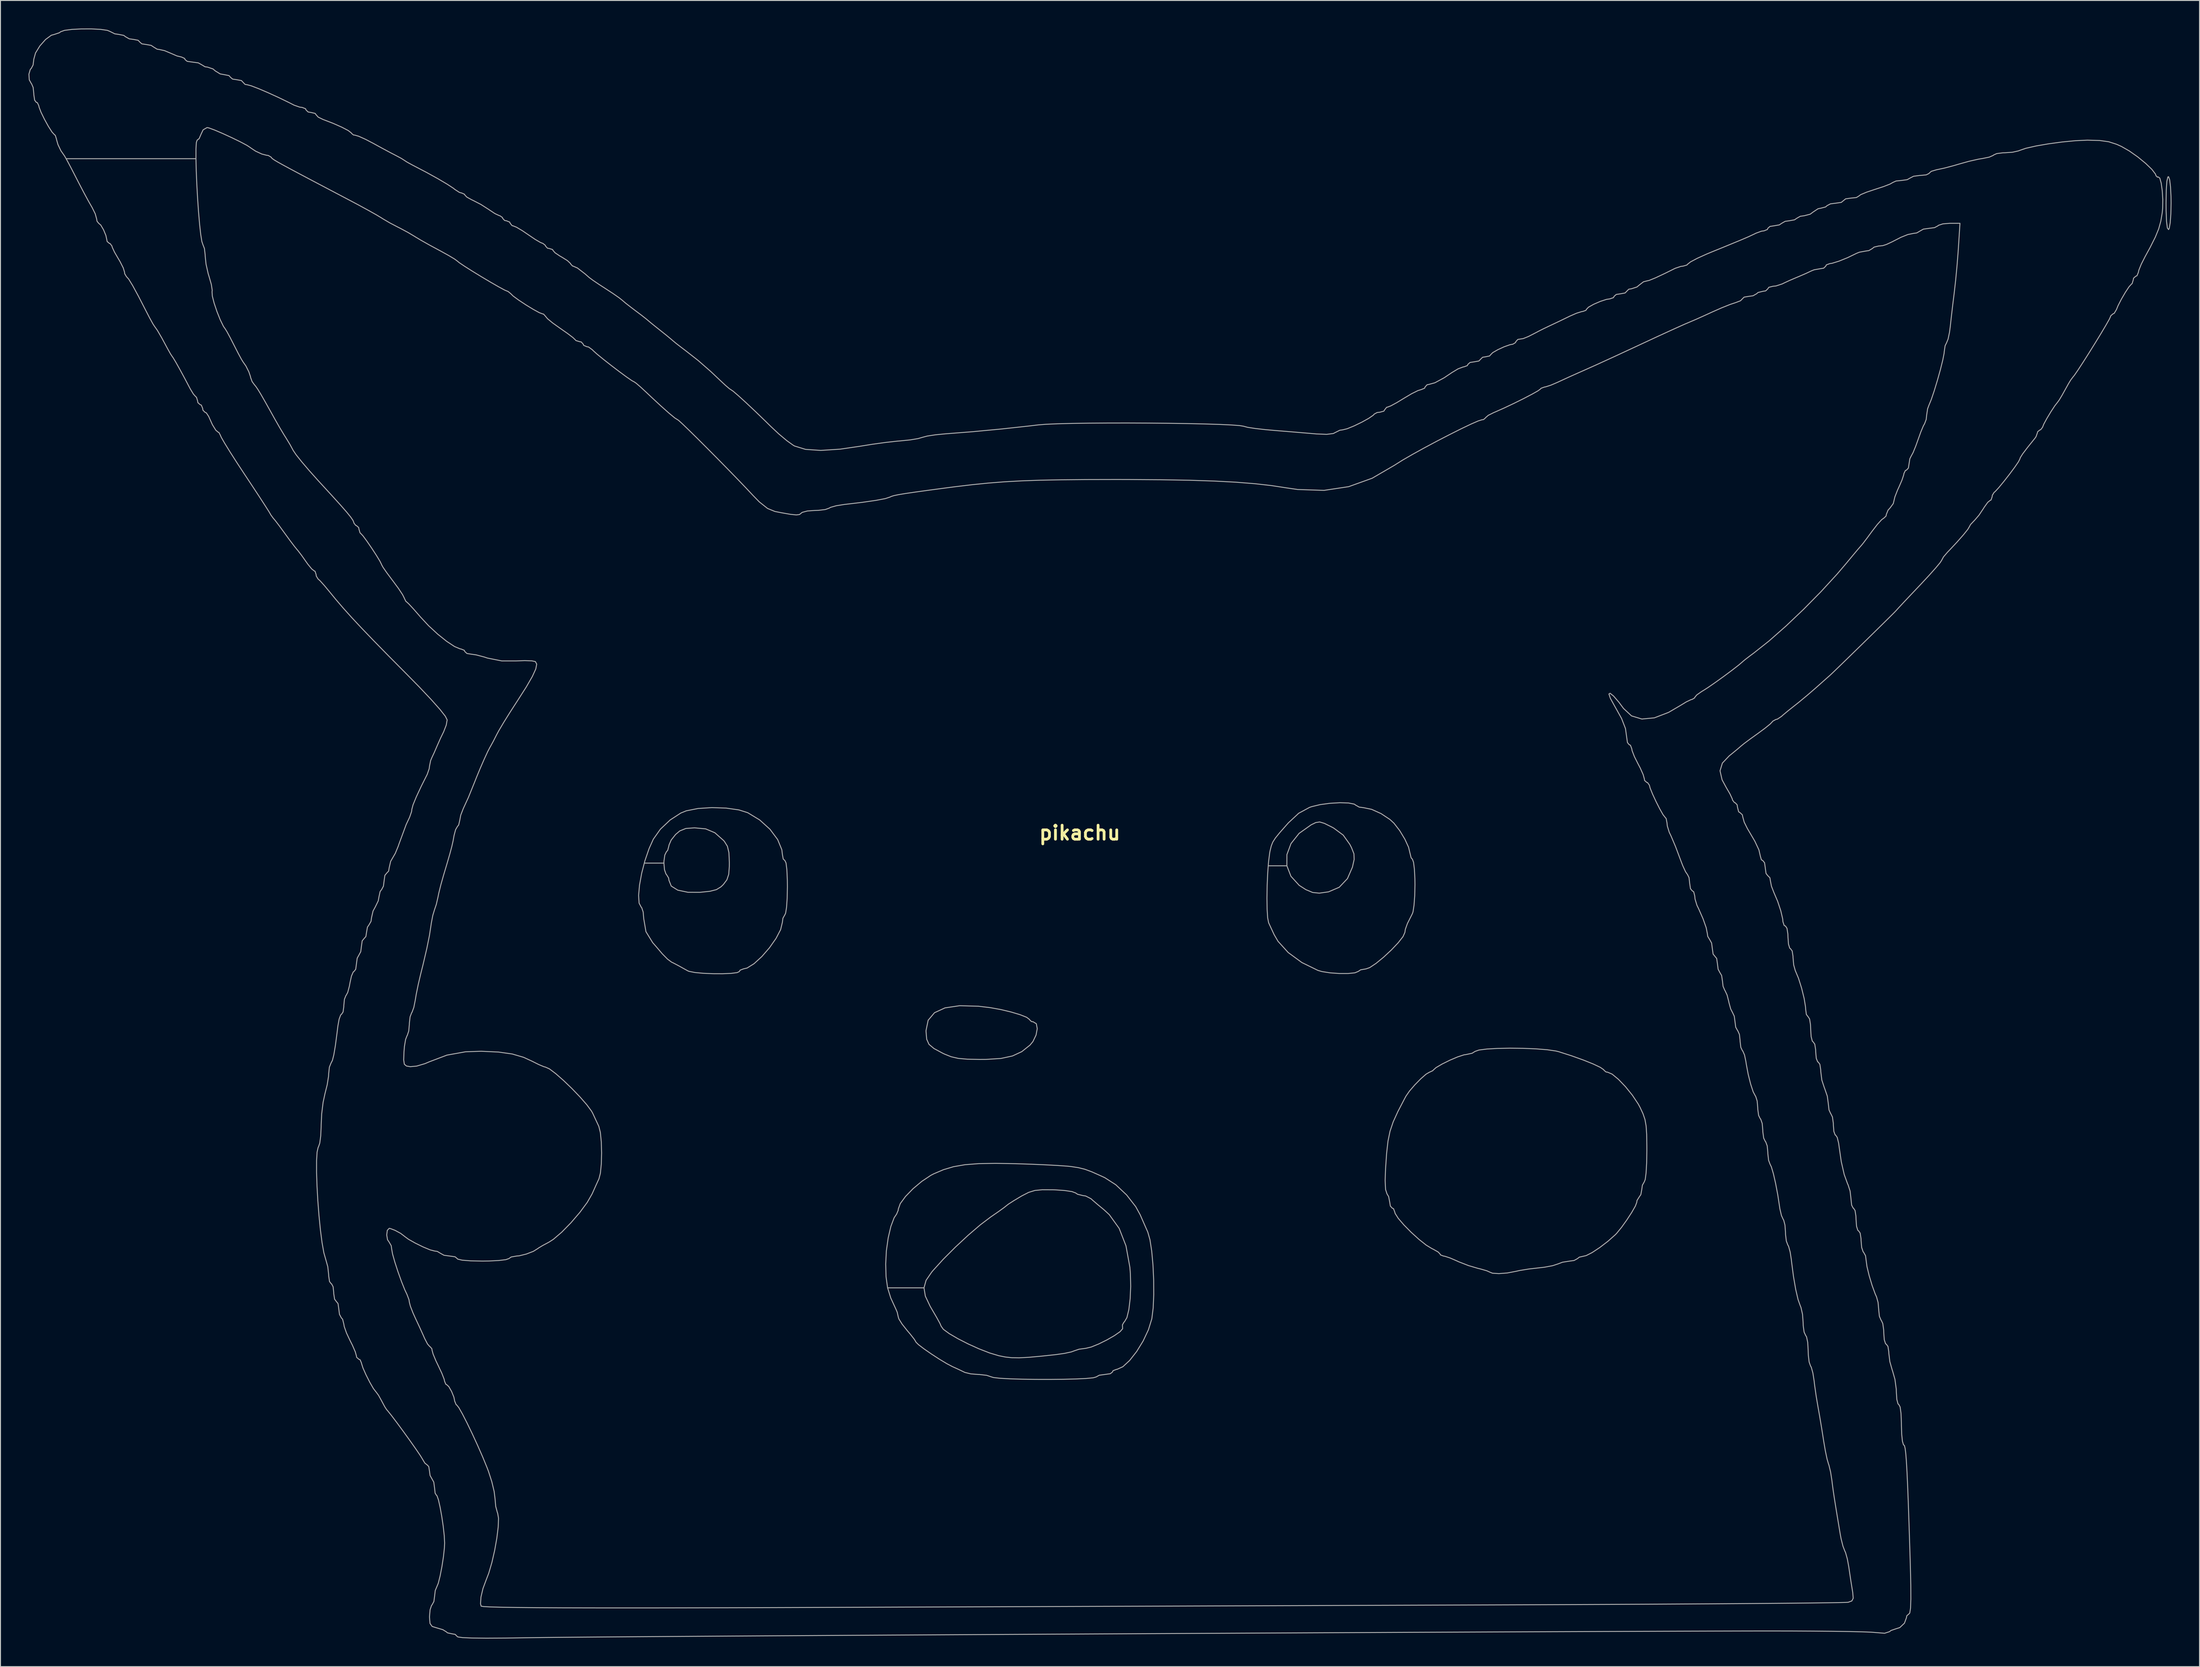
<source format=kicad_pcb>
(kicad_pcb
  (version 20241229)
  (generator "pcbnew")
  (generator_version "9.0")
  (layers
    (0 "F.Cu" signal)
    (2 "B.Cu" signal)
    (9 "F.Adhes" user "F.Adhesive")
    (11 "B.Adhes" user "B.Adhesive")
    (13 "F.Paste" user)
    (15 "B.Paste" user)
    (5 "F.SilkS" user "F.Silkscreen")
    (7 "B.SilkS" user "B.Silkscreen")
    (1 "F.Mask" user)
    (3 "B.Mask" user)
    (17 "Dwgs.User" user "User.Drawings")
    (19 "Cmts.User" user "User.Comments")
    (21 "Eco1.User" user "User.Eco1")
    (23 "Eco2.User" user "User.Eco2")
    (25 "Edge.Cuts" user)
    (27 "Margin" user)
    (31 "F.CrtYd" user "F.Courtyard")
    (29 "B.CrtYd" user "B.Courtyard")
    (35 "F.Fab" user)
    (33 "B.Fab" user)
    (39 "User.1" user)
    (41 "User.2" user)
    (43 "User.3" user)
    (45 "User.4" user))
  (footprint "pikachu"
    (layer "F.Cu")
    (at 112.713 86.295)
    (property "Reference" "pikachu" (at 0 0 0) (layer "F.SilkS") (effects (font (size 1.5 1.5) (thickness 0.3))))
    (attr board_only exclude_from_pos_files exclude_from_bom)
    (fp_poly (pts (xy 116.849 -70.063) (xy 116.939 -69.315) (xy 116.993 -68.267) (xy 117.002 -67.553) (xy 116.976 -66.384) (xy 116.906 -65.444) (xy 116.804 -64.853) (xy 116.732 -64.716) (xy 116.603 -64.89) (xy 116.514 -65.576) (xy 116.468 -66.748) (xy 116.462 -67.553) (xy 116.484 -68.971) (xy 116.551 -69.917) (xy 116.659 -70.364) (xy 116.732 -70.39)) (stroke (width 0.1) (type solid)) (fill no) (layer "F.Fab"))
    (fp_poly (pts (xy -10.859 18.597) (xy -9.593 18.749) (xy -8.461 18.954) (xy -7.353 19.219) (xy -6.392 19.507) (xy -5.702 19.781) (xy -5.407 20.002) (xy -5.404 20.021) (xy -5.185 20.238) (xy -4.999 20.266) (xy -4.656 20.475) (xy -4.559 21.001) (xy -4.687 21.688) (xy -5.02 22.384) (xy -5.337 22.768) (xy -6.215 23.466) (xy -7.209 23.93) (xy -8.441 24.197) (xy -10.034 24.301) (xy -10.732 24.305) (xy -12.065 24.277) (xy -13.026 24.191) (xy -13.782 24.018) (xy -14.499 23.731) (xy -14.711 23.629) (xy -15.636 23.13) (xy -16.167 22.682) (xy -16.411 22.136) (xy -16.478 21.344) (xy -16.479 21.191) (xy -16.254 20.1) (xy -15.574 19.293) (xy -14.444 18.772) (xy -12.87 18.54)) (stroke (width 0.1) (type solid)) (fill no) (layer "F.Fab"))
    (fp_poly (pts (xy 28.809 -3.207) (xy 29.426 -3.085) (xy 29.588 -2.972) (xy 29.96 -2.764) (xy 30.426 -2.702) (xy 31.289 -2.524) (xy 32.304 -2.066) (xy 33.249 -1.44) (xy 33.683 -1.04) (xy 34.297 -0.248) (xy 34.853 0.674) (xy 35.253 1.543) (xy 35.398 2.154) (xy 35.524 2.668) (xy 35.668 2.837) (xy 35.786 3.165) (xy 35.877 3.906) (xy 35.93 4.934) (xy 35.938 5.559) (xy 35.911 6.738) (xy 35.836 7.758) (xy 35.729 8.465) (xy 35.668 8.65) (xy 35.308 9.366) (xy 35.128 9.724) (xy 34.905 10.347) (xy 34.857 10.675) (xy 34.658 11.126) (xy 34.137 11.79) (xy 33.405 12.561) (xy 32.577 13.333) (xy 31.766 13.998) (xy 31.085 14.452) (xy 30.69 14.591) (xy 30.116 14.69) (xy 29.859 14.862) (xy 29.5 15.013) (xy 28.77 15.086) (xy 27.83 15.086) (xy 26.843 15.016) (xy 25.972 14.88) (xy 25.535 14.754) (xy 23.812 13.91) (xy 22.349 12.839) (xy 21.255 11.632) (xy 20.842 10.925) (xy 20.483 10.152) (xy 20.249 9.646) (xy 20.145 9.124) (xy 20.086 8.196) (xy 20.068 6.996) (xy 20.09 5.656) (xy 20.149 4.31) (xy 20.207 3.532) (xy 22.203 3.532) (xy 22.641 4.659) (xy 23.528 5.632) (xy 24.245 6.091) (xy 24.971 6.394) (xy 25.683 6.466) (xy 26.638 6.332) (xy 26.679 6.324) (xy 27.82 5.833) (xy 28.698 4.906) (xy 29.232 3.68) (xy 29.416 2.853) (xy 29.394 2.249) (xy 29.134 1.587) (xy 28.949 1.228) (xy 28.241 0.238) (xy 27.229 -0.511) (xy 26.997 -0.637) (xy 26.219 -1.022) (xy 25.719 -1.171) (xy 25.301 -1.105) (xy 24.809 -0.865) (xy 23.517 0.052) (xy 22.648 1.146) (xy 22.207 2.334) (xy 22.203 3.532) (xy 20.207 3.532) (xy 20.241 3.09) (xy 20.364 2.129) (xy 20.407 1.907) (xy 20.531 1.404) (xy 20.692 0.993) (xy 20.97 0.556) (xy 21.44 -0.024) (xy 22.179 -0.864) (xy 22.371 -1.079) (xy 23.471 -2.104) (xy 24.628 -2.73) (xy 24.854 -2.81) (xy 25.769 -3.031) (xy 26.832 -3.174) (xy 27.895 -3.235)) (stroke (width 0.1) (type solid)) (fill no) (layer "F.Fab"))
    (fp_poly (pts (xy -37.915 -2.658) (xy -36.547 -2.463) (xy -35.596 -2.163) (xy -34.313 -1.384) (xy -33.213 -0.387) (xy -32.391 0.715) (xy -31.941 1.809) (xy -31.885 2.293) (xy -31.793 2.803) (xy -31.615 2.972) (xy -31.491 3.23) (xy -31.401 3.954) (xy -31.352 5.069) (xy -31.345 5.794) (xy -31.369 7.012) (xy -31.436 7.99) (xy -31.536 8.616) (xy -31.615 8.782) (xy -31.825 9.155) (xy -31.885 9.603) (xy -32.071 10.378) (xy -32.565 11.324) (xy -33.268 12.326) (xy -34.084 13.266) (xy -34.916 14.03) (xy -35.666 14.499) (xy -36.055 14.591) (xy -36.426 14.732) (xy -36.479 14.862) (xy -36.725 14.99) (xy -37.374 15.072) (xy -38.289 15.111) (xy -39.335 15.107) (xy -40.374 15.062) (xy -41.272 14.978) (xy -41.891 14.855) (xy -42.018 14.803) (xy -42.645 14.456) (xy -42.964 14.277) (xy -43.571 13.957) (xy -43.769 13.862) (xy -44.201 13.539) (xy -44.744 12.989) (xy -44.831 12.888) (xy -45.345 12.283) (xy -45.743 11.826) (xy -45.783 11.782) (xy -46.509 10.601) (xy -46.747 9.207) (xy -46.809 8.486) (xy -46.965 8.023) (xy -47.017 7.971) (xy -47.245 7.539) (xy -47.299 6.713) (xy -47.2 5.604) (xy -46.966 4.323) (xy -46.686 3.243) (xy -44.585 3.243) (xy -44.521 3.957) (xy -44.363 4.412) (xy -44.315 4.459) (xy -44.078 4.844) (xy -44.045 5.087) (xy -43.797 5.709) (xy -43.097 6.145) (xy -42.007 6.373) (xy -40.711 6.376) (xy -39.649 6.266) (xy -38.956 6.089) (xy -38.464 5.785) (xy -38.211 5.539) (xy -37.833 5.036) (xy -37.637 4.449) (xy -37.57 3.587) (xy -37.568 3.161) (xy -37.615 2.125) (xy -37.777 1.439) (xy -38.102 0.915) (xy -38.195 0.811) (xy -39.12 -0.012) (xy -40.11 -0.43) (xy -41.302 -0.54) (xy -42.234 -0.472) (xy -42.881 -0.21) (xy -43.332 0.172) (xy -43.806 0.77) (xy -44.039 1.308) (xy -44.045 1.372) (xy -44.178 1.874) (xy -44.315 2.027) (xy -44.489 2.381) (xy -44.581 3.052) (xy -44.585 3.243) (xy -46.686 3.243) (xy -46.618 2.981) (xy -46.175 1.689) (xy -45.72 0.676) (xy -44.963 -0.393) (xy -43.918 -1.382) (xy -42.777 -2.125) (xy -42.191 -2.364) (xy -40.928 -2.615) (xy -39.439 -2.711)) (stroke (width 0.1) (type solid)) (fill no) (layer "F.Fab"))
    (fp_poly (pts (xy 47.539 23.113) (xy 48.907 23.169) (xy 50.116 23.265) (xy 51.049 23.401) (xy 51.341 23.472) (xy 52.709 23.909) (xy 53.974 24.362) (xy 55.039 24.79) (xy 55.807 25.154) (xy 56.183 25.415) (xy 56.204 25.466) (xy 56.422 25.651) (xy 56.585 25.67) (xy 57.074 25.88) (xy 57.749 26.437) (xy 58.508 27.229) (xy 59.248 28.146) (xy 59.868 29.077) (xy 60.066 29.441) (xy 60.385 30.125) (xy 60.595 30.745) (xy 60.719 31.441) (xy 60.779 32.354) (xy 60.797 33.625) (xy 60.798 34.084) (xy 60.776 35.412) (xy 60.715 36.478) (xy 60.623 37.183) (xy 60.528 37.424) (xy 60.317 37.798) (xy 60.257 38.235) (xy 60.155 38.801) (xy 59.987 39.046) (xy 59.744 39.434) (xy 59.717 39.633) (xy 59.566 40.033) (xy 59.179 40.711) (xy 58.653 41.52) (xy 58.085 42.314) (xy 57.571 42.946) (xy 57.425 43.099) (xy 56.629 43.807) (xy 55.751 44.48) (xy 54.926 45.025) (xy 54.292 45.347) (xy 54.081 45.396) (xy 53.554 45.515) (xy 53.367 45.666) (xy 52.996 45.873) (xy 52.523 45.936) (xy 51.747 46.059) (xy 51.285 46.236) (xy 50.705 46.427) (xy 49.822 46.593) (xy 49.209 46.664) (xy 48.156 46.784) (xy 47.161 46.946) (xy 46.747 47.038) (xy 45.831 47.212) (xy 44.935 47.28) (xy 44.244 47.235) (xy 43.976 47.128) (xy 43.634 46.975) (xy 42.967 46.782) (xy 42.685 46.715) (xy 41.676 46.418) (xy 40.632 46.012) (xy 40.451 45.928) (xy 39.705 45.603) (xy 39.129 45.415) (xy 38.995 45.396) (xy 38.669 45.271) (xy 38.64 45.191) (xy 38.419 44.959) (xy 37.874 44.652) (xy 37.762 44.601) (xy 37.14 44.222) (xy 36.358 43.6) (xy 35.526 42.843) (xy 34.751 42.057) (xy 34.143 41.348) (xy 33.809 40.822) (xy 33.777 40.689) (xy 33.637 40.315) (xy 33.506 40.262) (xy 33.297 40.032) (xy 33.236 39.64) (xy 33.114 39.018) (xy 32.938 38.721) (xy 32.786 38.255) (xy 32.739 37.282) (xy 32.784 36.032) (xy 32.899 34.365) (xy 33.044 33.078) (xy 33.263 32.01) (xy 33.602 31.002) (xy 34.106 29.894) (xy 34.82 28.524) (xy 34.973 28.24) (xy 35.352 27.693) (xy 35.923 27.031) (xy 36.556 26.386) (xy 37.121 25.889) (xy 37.488 25.672) (xy 37.505 25.67) (xy 37.85 25.509) (xy 37.875 25.468) (xy 38.192 25.184) (xy 38.851 24.796) (xy 39.682 24.385) (xy 40.518 24.03) (xy 41.191 23.812) (xy 41.422 23.779) (xy 42.063 23.641) (xy 42.381 23.443) (xy 42.8 23.295) (xy 43.642 23.188) (xy 44.79 23.122) (xy 46.128 23.097)) (stroke (width 0.1) (type solid)) (fill no) (layer "F.Fab"))
    (fp_poly (pts (xy -6.89 35.488) (xy -5.254 35.543) (xy -3.702 35.609) (xy -2.36 35.681) (xy -1.352 35.751) (xy -0.946 35.792) (xy -0.147 35.914) (xy 0.538 36.084) (xy 1.288 36.36) (xy 2.284 36.803) (xy 2.684 36.989) (xy 3.861 37.747) (xy 5.023 38.841) (xy 5.997 40.093) (xy 6.475 40.964) (xy 6.854 41.829) (xy 7.176 42.562) (xy 7.294 42.829) (xy 7.527 43.651) (xy 7.714 44.872) (xy 7.848 46.354) (xy 7.923 47.955) (xy 7.933 49.538) (xy 7.87 50.962) (xy 7.73 52.087) (xy 7.717 52.151) (xy 7.359 53.307) (xy 6.795 54.505) (xy 6.1 55.637) (xy 5.35 56.593) (xy 4.62 57.268) (xy 3.987 57.552) (xy 3.929 57.555) (xy 3.562 57.698) (xy 3.513 57.826) (xy 3.278 58.017) (xy 2.718 58.096) (xy 2.094 58.179) (xy 1.756 58.366) (xy 1.441 58.456) (xy 0.686 58.528) (xy -0.41 58.581) (xy -1.747 58.615) (xy -3.226 58.63) (xy -4.745 58.627) (xy -6.207 58.605) (xy -7.511 58.565) (xy -8.558 58.506) (xy -9.247 58.428) (xy -9.457 58.366) (xy -9.988 58.19) (xy -10.759 58.102) (xy -10.88 58.1) (xy -11.684 58.035) (xy -12.311 57.882) (xy -12.366 57.857) (xy -12.949 57.576) (xy -13.646 57.259) (xy -14.255 56.939) (xy -15.05 56.46) (xy -15.903 55.904) (xy -16.691 55.358) (xy -17.286 54.906) (xy -17.563 54.633) (xy -17.569 54.611) (xy -17.735 54.332) (xy -18.157 53.792) (xy -18.515 53.37) (xy -19.048 52.698) (xy -19.389 52.151) (xy -19.455 51.948) (xy -19.571 51.423) (xy -19.693 51.134) (xy -20.264 49.893) (xy -20.602 48.807) (xy -16.701 48.807) (xy -16.556 49.695) (xy -16.037 50.794) (xy -15.807 51.186) (xy -15.331 52.001) (xy -14.99 52.626) (xy -14.86 52.927) (xy -14.622 53.257) (xy -13.988 53.72) (xy -13.065 54.261) (xy -11.963 54.824) (xy -10.792 55.353) (xy -9.661 55.793) (xy -8.678 56.087) (xy -8.66 56.091) (xy -7.973 56.227) (xy -7.286 56.302) (xy -6.487 56.313) (xy -5.469 56.258) (xy -4.121 56.136) (xy -2.567 55.97) (xy -1.637 55.837) (xy -0.902 55.679) (xy -0.587 55.563) (xy -0.074 55.39) (xy 0.643 55.295) (xy 1.222 55.157) (xy 2.022 54.832) (xy 2.902 54.397) (xy 3.718 53.928) (xy 4.328 53.501) (xy 4.592 53.193) (xy 4.594 53.175) (xy 4.571 52.789) (xy 4.731 52.496) (xy 4.788 52.451) (xy 5.054 52.003) (xy 5.262 51.138) (xy 5.402 49.977) (xy 5.46 48.642) (xy 5.425 47.254) (xy 5.371 46.595) (xy 4.954 44.299) (xy 4.223 42.426) (xy 3.166 40.956) (xy 2.603 40.437) (xy 1.915 39.867) (xy 1.365 39.395) (xy 1.204 39.248) (xy 0.635 38.954) (xy 0.344 38.911) (xy -0.237 38.767) (xy -0.449 38.624) (xy -0.84 38.482) (xy -1.62 38.365) (xy -2.634 38.294) (xy -2.867 38.286) (xy -4.009 38.281) (xy -4.812 38.36) (xy -5.478 38.565) (xy -6.206 38.939) (xy -6.35 39.022) (xy -7.105 39.476) (xy -7.652 39.829) (xy -7.836 39.972) (xy -8.113 40.194) (xy -8.712 40.626) (xy -9.507 41.176) (xy -9.552 41.207) (xy -10.652 42.039) (xy -11.958 43.158) (xy -13.331 44.435) (xy -14.633 45.738) (xy -15.725 46.94) (xy -15.882 47.128) (xy -16.476 47.997) (xy -16.701 48.807) (xy -20.602 48.807) (xy -20.604 48.801) (xy -20.767 47.624) (xy -20.806 46.254) (xy -20.735 44.84) (xy -20.539 43.447) (xy -20.252 42.217) (xy -19.902 41.288) (xy -19.635 40.891) (xy -19.465 40.482) (xy -19.455 40.355) (xy -19.243 39.766) (xy -18.68 39.002) (xy -17.874 38.171) (xy -16.934 37.381) (xy -15.969 36.739) (xy -15.656 36.575) (xy -14.615 36.132) (xy -13.532 35.81) (xy -12.306 35.597) (xy -10.839 35.482) (xy -9.029 35.451)) (stroke (width 0.1) (type solid)) (fill no) (layer "F.Fab"))
    (fp_poly (pts (xy -104.977 -86.194) (xy -104.253 -86.09) (xy -103.967 -85.971) (xy -103.457 -85.716) (xy -103.048 -85.657) (xy -102.498 -85.549) (xy -102.276 -85.387) (xy -101.903 -85.178) (xy -101.449 -85.117) (xy -100.949 -85.022) (xy -100.789 -84.847) (xy -100.559 -84.642) (xy -100.13 -84.577) (xy -99.558 -84.477) (xy -99.303 -84.306) (xy -98.917 -84.068) (xy -98.679 -84.035) (xy -98.122 -83.912) (xy -97.448 -83.629) (xy -96.792 -83.344) (xy -96.3 -83.226) (xy -95.961 -83.069) (xy -95.926 -82.955) (xy -95.691 -82.764) (xy -95.131 -82.685) (xy -94.507 -82.602) (xy -94.169 -82.415) (xy -93.786 -82.183) (xy -93.511 -82.145) (xy -92.928 -81.949) (xy -92.683 -81.739) (xy -92.159 -81.416) (xy -91.704 -81.334) (xy -91.212 -81.237) (xy -91.062 -81.064) (xy -90.83 -80.861) (xy -90.386 -80.794) (xy -89.878 -80.701) (xy -89.711 -80.523) (xy -89.489 -80.291) (xy -89.258 -80.253) (xy -88.832 -80.141) (xy -88.046 -79.839) (xy -87.023 -79.401) (xy -85.886 -78.881) (xy -84.758 -78.333) (xy -84.242 -78.068) (xy -83.635 -77.855) (xy -83.364 -77.821) (xy -83.002 -77.677) (xy -82.955 -77.551) (xy -82.729 -77.332) (xy -82.415 -77.281) (xy -81.976 -77.179) (xy -81.874 -77.037) (xy -81.649 -76.782) (xy -81.131 -76.53) (xy -80.066 -76.121) (xy -79.127 -75.707) (xy -78.433 -75.344) (xy -78.103 -75.09) (xy -78.091 -75.055) (xy -77.874 -74.869) (xy -77.712 -74.849) (xy -77.293 -74.724) (xy -76.57 -74.398) (xy -75.753 -73.971) (xy -74.792 -73.444) (xy -73.898 -72.965) (xy -73.363 -72.688) (xy -72.771 -72.373) (xy -72.427 -72.157) (xy -72.417 -72.147) (xy -72.109 -71.948) (xy -71.513 -71.622) (xy -71.336 -71.531) (xy -70.034 -70.85) (xy -68.827 -70.182) (xy -67.829 -69.593) (xy -67.153 -69.149) (xy -66.992 -69.02) (xy -66.504 -68.703) (xy -66.248 -68.634) (xy -65.95 -68.497) (xy -65.932 -68.43) (xy -65.709 -68.199) (xy -65.162 -67.899) (xy -65.054 -67.851) (xy -64.217 -67.42) (xy -63.371 -66.88) (xy -63.315 -66.839) (xy -62.696 -66.43) (xy -62.234 -66.213) (xy -62.167 -66.202) (xy -61.89 -66.007) (xy -61.879 -65.932) (xy -61.66 -65.692) (xy -61.473 -65.662) (xy -61.114 -65.516) (xy -61.068 -65.391) (xy -60.858 -65.135) (xy -60.763 -65.121) (xy -60.393 -64.973) (xy -59.748 -64.59) (xy -59.141 -64.176) (xy -58.395 -63.67) (xy -57.808 -63.327) (xy -57.555 -63.23) (xy -57.293 -63.024) (xy -57.285 -62.96) (xy -57.066 -62.72) (xy -56.88 -62.689) (xy -56.52 -62.576) (xy -56.474 -62.481) (xy -56.259 -62.232) (xy -55.723 -61.872) (xy -55.529 -61.763) (xy -54.929 -61.388) (xy -54.603 -61.083) (xy -54.583 -61.026) (xy -54.377 -60.804) (xy -54.316 -60.798) (xy -53.85 -60.591) (xy -53.047 -59.972) (xy -52.594 -59.576) (xy -52.213 -59.292) (xy -51.532 -58.83) (xy -50.843 -58.384) (xy -50.033 -57.853) (xy -49.386 -57.401) (xy -49.086 -57.164) (xy -48.692 -56.829) (xy -48.048 -56.327) (xy -47.693 -56.059) (xy -46.998 -55.536) (xy -46.463 -55.116) (xy -46.311 -54.988) (xy -45.929 -54.667) (xy -45.305 -54.164) (xy -44.98 -53.907) (xy -44.309 -53.372) (xy -43.795 -52.946) (xy -43.659 -52.827) (xy -43.281 -52.513) (xy -42.649 -52.023) (xy -42.288 -51.751) (xy -40.906 -50.669) (xy -39.556 -49.487) (xy -38.587 -48.571) (xy -37.985 -48.008) (xy -37.554 -47.64) (xy -37.424 -47.557) (xy -37.16 -47.378) (xy -36.586 -46.885) (xy -35.775 -46.145) (xy -34.799 -45.226) (xy -33.731 -44.195) (xy -33.14 -43.613) (xy -32.258 -42.788) (xy -31.395 -42.065) (xy -30.708 -41.574) (xy -30.578 -41.5) (xy -29.406 -41.14) (xy -27.771 -41.028) (xy -25.691 -41.162) (xy -23.644 -41.461) (xy -22.25 -41.685) (xy -20.823 -41.882) (xy -19.594 -42.02) (xy -19.185 -42.054) (xy -18.181 -42.155) (xy -17.334 -42.296) (xy -16.888 -42.425) (xy -16.36 -42.566) (xy -15.475 -42.702) (xy -14.416 -42.806) (xy -14.321 -42.813) (xy -11.52 -43.032) (xy -8.459 -43.319) (xy -5.411 -43.65) (xy -4.459 -43.764) (xy -3.621 -43.831) (xy -2.383 -43.885) (xy -0.816 -43.925) (xy 1.007 -43.952) (xy 3.016 -43.966) (xy 5.138 -43.969) (xy 7.302 -43.959) (xy 9.436 -43.939) (xy 11.469 -43.908) (xy 13.328 -43.867) (xy 14.943 -43.817) (xy 16.241 -43.758) (xy 17.151 -43.69) (xy 17.601 -43.614) (xy 17.621 -43.604) (xy 18.01 -43.502) (xy 18.811 -43.38) (xy 19.894 -43.257) (xy 20.792 -43.177) (xy 22.211 -43.061) (xy 23.646 -42.942) (xy 24.877 -42.838) (xy 25.362 -42.796) (xy 26.47 -42.752) (xy 27.184 -42.84) (xy 27.375 -42.939) (xy 27.882 -43.193) (xy 28.187 -43.234) (xy 28.669 -43.353) (xy 29.407 -43.655) (xy 30.233 -44.054) (xy 30.977 -44.466) (xy 31.471 -44.807) (xy 31.57 -44.923) (xy 31.879 -45.092) (xy 32.178 -45.126) (xy 32.605 -45.243) (xy 32.696 -45.396) (xy 32.903 -45.656) (xy 32.979 -45.666) (xy 33.339 -45.803) (xy 33.999 -46.16) (xy 34.741 -46.612) (xy 35.567 -47.103) (xy 36.254 -47.445) (xy 36.619 -47.557) (xy 36.975 -47.705) (xy 37.019 -47.828) (xy 37.236 -48.073) (xy 37.394 -48.098) (xy 38.076 -48.284) (xy 39.063 -48.818) (xy 39.902 -49.381) (xy 40.564 -49.78) (xy 41.109 -49.983) (xy 41.182 -49.989) (xy 41.557 -50.128) (xy 41.613 -50.26) (xy 41.844 -50.463) (xy 42.288 -50.53) (xy 42.796 -50.622) (xy 42.964 -50.8) (xy 43.19 -51.02) (xy 43.504 -51.07) (xy 43.944 -51.162) (xy 44.045 -51.288) (xy 44.269 -51.515) (xy 44.815 -51.829) (xy 45.496 -52.143) (xy 46.124 -52.366) (xy 46.432 -52.421) (xy 46.729 -52.603) (xy 46.747 -52.691) (xy 46.966 -52.931) (xy 47.156 -52.962) (xy 47.544 -53.024) (xy 48.103 -53.249) (xy 48.965 -53.691) (xy 49.179 -53.807) (xy 49.687 -54.064) (xy 50.408 -54.409) (xy 50.53 -54.466) (xy 51.426 -54.89) (xy 52.388 -55.356) (xy 52.514 -55.419) (xy 53.248 -55.741) (xy 53.821 -55.921) (xy 53.933 -55.934) (xy 54.276 -56.059) (xy 54.313 -56.152) (xy 54.54 -56.391) (xy 55.1 -56.706) (xy 55.808 -57.013) (xy 56.48 -57.231) (xy 56.835 -57.285) (xy 57.223 -57.418) (xy 57.285 -57.555) (xy 57.516 -57.758) (xy 57.961 -57.826) (xy 58.468 -57.918) (xy 58.636 -58.096) (xy 58.861 -58.32) (xy 59.144 -58.366) (xy 59.741 -58.562) (xy 59.987 -58.771) (xy 60.434 -59.114) (xy 60.67 -59.177) (xy 61.047 -59.265) (xy 61.736 -59.546) (xy 62.796 -60.046) (xy 63.834 -60.561) (xy 64.431 -60.765) (xy 64.69 -60.798) (xy 65.096 -60.918) (xy 65.166 -61.001) (xy 65.478 -61.25) (xy 66.198 -61.633) (xy 67.229 -62.099) (xy 67.823 -62.345) (xy 68.635 -62.675) (xy 69.174 -62.896) (xy 69.867 -63.182) (xy 70.732 -63.538) (xy 70.931 -63.621) (xy 71.723 -63.962) (xy 72.362 -64.262) (xy 72.481 -64.324) (xy 73.084 -64.545) (xy 73.359 -64.581) (xy 73.721 -64.726) (xy 73.768 -64.851) (xy 73.999 -65.056) (xy 74.428 -65.121) (xy 75 -65.221) (xy 75.254 -65.391) (xy 75.628 -65.603) (xy 76.065 -65.662) (xy 76.631 -65.764) (xy 76.876 -65.932) (xy 77.25 -66.145) (xy 77.669 -66.202) (xy 78.311 -66.368) (xy 78.632 -66.607) (xy 79.157 -66.954) (xy 79.46 -67.013) (xy 79.963 -67.145) (xy 80.118 -67.283) (xy 80.483 -67.478) (xy 81.08 -67.553) (xy 81.642 -67.633) (xy 81.874 -67.823) (xy 82.109 -68.013) (xy 82.675 -68.094) (xy 82.685 -68.094) (xy 83.255 -68.152) (xy 83.496 -68.294) (xy 83.496 -68.296) (xy 83.734 -68.469) (xy 84.36 -68.731) (xy 85.24 -69.025) (xy 85.276 -69.036) (xy 86.186 -69.334) (xy 86.87 -69.6) (xy 87.182 -69.778) (xy 87.184 -69.779) (xy 87.518 -69.928) (xy 88.089 -69.985) (xy 88.707 -70.07) (xy 89.035 -70.255) (xy 89.394 -70.438) (xy 90.049 -70.524) (xy 90.132 -70.526) (xy 90.751 -70.587) (xy 91.055 -70.738) (xy 91.062 -70.766) (xy 91.297 -70.968) (xy 91.871 -71.138) (xy 91.94 -71.15) (xy 92.705 -71.315) (xy 93.703 -71.578) (xy 94.304 -71.756) (xy 95.342 -72.044) (xy 96.352 -72.271) (xy 96.805 -72.346) (xy 97.502 -72.488) (xy 97.933 -72.676) (xy 97.97 -72.716) (xy 98.312 -72.87) (xy 98.976 -72.953) (xy 99.188 -72.957) (xy 100.004 -73.016) (xy 100.646 -73.16) (xy 100.725 -73.195) (xy 101.429 -73.437) (xy 102.528 -73.686) (xy 103.878 -73.919) (xy 105.334 -74.115) (xy 106.751 -74.252) (xy 107.986 -74.308) (xy 108.07 -74.309) (xy 109.354 -74.273) (xy 110.314 -74.138) (xy 111.166 -73.865) (xy 111.682 -73.633) (xy 112.524 -73.15) (xy 113.426 -72.514) (xy 114.272 -71.821) (xy 114.946 -71.171) (xy 115.332 -70.663) (xy 115.381 -70.5) (xy 115.542 -70.337) (xy 115.617 -70.369) (xy 115.792 -70.235) (xy 115.943 -69.695) (xy 116.054 -68.885) (xy 116.11 -67.941) (xy 116.096 -66.998) (xy 116.051 -66.514) (xy 115.9 -65.616) (xy 115.672 -64.795) (xy 115.31 -63.907) (xy 114.759 -62.81) (xy 114.208 -61.802) (xy 113.805 -61.007) (xy 113.544 -60.361) (xy 113.489 -60.113) (xy 113.34 -59.759) (xy 113.219 -59.717) (xy 112.976 -59.5) (xy 112.949 -59.334) (xy 112.828 -58.93) (xy 112.746 -58.861) (xy 112.491 -58.579) (xy 112.099 -57.985) (xy 111.672 -57.25) (xy 111.312 -56.548) (xy 111.144 -56.137) (xy 110.906 -55.737) (xy 110.756 -55.664) (xy 110.523 -55.458) (xy 110.517 -55.401) (xy 110.381 -55.105) (xy 110.015 -54.459) (xy 109.485 -53.568) (xy 108.855 -52.536) (xy 108.19 -51.467) (xy 107.553 -50.464) (xy 107.011 -49.633) (xy 106.627 -49.077) (xy 106.488 -48.909) (xy 106.247 -48.59) (xy 105.991 -48.165) (xy 105.574 -47.415) (xy 105.315 -46.949) (xy 105.01 -46.439) (xy 104.84 -46.206) (xy 104.534 -45.814) (xy 104.115 -45.174) (xy 103.686 -44.461) (xy 103.354 -43.848) (xy 103.221 -43.51) (xy 103.019 -43.243) (xy 102.951 -43.234) (xy 102.691 -43.027) (xy 102.681 -42.952) (xy 102.525 -42.506) (xy 102.415 -42.344) (xy 101.596 -41.325) (xy 101.084 -40.648) (xy 100.834 -40.25) (xy 100.789 -40.104) (xy 100.632 -39.801) (xy 100.228 -39.212) (xy 99.676 -38.47) (xy 99.077 -37.702) (xy 98.531 -37.039) (xy 98.138 -36.611) (xy 98.026 -36.524) (xy 97.835 -36.213) (xy 97.817 -36.051) (xy 97.696 -35.706) (xy 97.605 -35.668) (xy 97.345 -35.457) (xy 96.969 -34.935) (xy 96.881 -34.79) (xy 96.4 -34.074) (xy 95.915 -33.51) (xy 95.877 -33.475) (xy 95.498 -33.073) (xy 95.385 -32.86) (xy 95.21 -32.561) (xy 94.74 -31.977) (xy 94.062 -31.205) (xy 93.26 -30.346) (xy 93.021 -30.099) (xy 92.598 -29.603) (xy 92.413 -29.26) (xy 92.413 -29.252) (xy 92.236 -28.982) (xy 91.754 -28.405) (xy 91.035 -27.599) (xy 90.15 -26.647) (xy 89.982 -26.47) (xy 89.079 -25.517) (xy 88.327 -24.719) (xy 87.797 -24.15) (xy 87.557 -23.884) (xy 87.55 -23.874) (xy 87.368 -23.683) (xy 86.873 -23.188) (xy 86.137 -22.461) (xy 85.234 -21.573) (xy 84.239 -20.596) (xy 83.224 -19.604) (xy 82.264 -18.667) (xy 81.432 -17.859) (xy 80.801 -17.25) (xy 80.446 -16.914) (xy 80.417 -16.888) (xy 80.056 -16.57) (xy 79.443 -16.025) (xy 78.894 -15.537) (xy 78.006 -14.769) (xy 77.079 -14) (xy 76.632 -13.646) (xy 75.938 -13.095) (xy 75.388 -12.636) (xy 75.236 -12.497) (xy 74.8 -12.205) (xy 74.621 -12.16) (xy 74.283 -11.971) (xy 74.263 -11.931) (xy 74.011 -11.669) (xy 73.438 -11.205) (xy 72.687 -10.652) (xy 71.884 -10.075) (xy 71.241 -9.594) (xy 70.911 -9.327) (xy 70.533 -8.999) (xy 69.918 -8.494) (xy 69.628 -8.26) (xy 68.895 -7.485) (xy 68.643 -6.656) (xy 68.864 -5.69) (xy 69.31 -4.864) (xy 69.713 -4.17) (xy 69.954 -3.649) (xy 69.985 -3.518) (xy 70.187 -3.251) (xy 70.255 -3.243) (xy 70.475 -3.016) (xy 70.526 -2.702) (xy 70.639 -2.263) (xy 70.796 -2.162) (xy 71.035 -1.938) (xy 71.086 -1.689) (xy 71.237 -1.143) (xy 71.579 -0.457) (xy 71.611 -0.405) (xy 72.372 0.889) (xy 72.812 1.826) (xy 72.957 2.461) (xy 72.957 2.473) (xy 73.079 2.889) (xy 73.228 2.972) (xy 73.417 3.207) (xy 73.498 3.773) (xy 73.498 3.783) (xy 73.576 4.352) (xy 73.765 4.594) (xy 73.768 4.594) (xy 73.991 4.819) (xy 74.038 5.112) (xy 74.156 5.725) (xy 74.417 6.396) (xy 74.819 7.339) (xy 75.156 8.356) (xy 75.359 9.226) (xy 75.389 9.544) (xy 75.522 9.934) (xy 75.66 9.998) (xy 75.821 10.239) (xy 75.917 10.85) (xy 75.93 11.214) (xy 75.983 11.939) (xy 76.119 12.374) (xy 76.2 12.43) (xy 76.378 12.667) (xy 76.468 13.252) (xy 76.47 13.379) (xy 76.54 14.166) (xy 76.71 14.775) (xy 76.721 14.798) (xy 77.056 15.596) (xy 77.39 16.662) (xy 77.662 17.765) (xy 77.81 18.676) (xy 77.821 18.898) (xy 77.898 19.475) (xy 78.084 19.725) (xy 78.091 19.726) (xy 78.246 19.969) (xy 78.343 20.59) (xy 78.362 21.077) (xy 78.41 21.847) (xy 78.535 22.336) (xy 78.632 22.428) (xy 78.801 22.667) (xy 78.895 23.266) (xy 78.902 23.509) (xy 78.962 24.185) (xy 79.112 24.562) (xy 79.172 24.589) (xy 79.346 24.828) (xy 79.439 25.42) (xy 79.444 25.603) (xy 79.558 26.519) (xy 79.832 27.354) (xy 79.85 27.39) (xy 80.144 28.242) (xy 80.253 29.063) (xy 80.327 29.725) (xy 80.507 30.117) (xy 80.523 30.129) (xy 80.696 30.483) (xy 80.789 31.155) (xy 80.794 31.361) (xy 80.849 32.032) (xy 80.985 32.401) (xy 81.038 32.426) (xy 81.206 32.668) (xy 81.358 33.284) (xy 81.417 33.709) (xy 81.643 35.281) (xy 81.956 36.646) (xy 82.318 37.648) (xy 82.368 37.744) (xy 82.588 38.427) (xy 82.685 39.265) (xy 82.685 39.298) (xy 82.752 39.93) (xy 82.916 40.252) (xy 82.955 40.262) (xy 83.116 40.503) (xy 83.213 41.114) (xy 83.226 41.478) (xy 83.279 42.203) (xy 83.415 42.638) (xy 83.496 42.694) (xy 83.666 42.933) (xy 83.76 43.53) (xy 83.766 43.759) (xy 83.829 44.478) (xy 83.985 44.939) (xy 84.036 44.99) (xy 84.242 45.361) (xy 84.306 45.848) (xy 84.397 46.522) (xy 84.629 47.489) (xy 84.944 48.539) (xy 85.281 49.463) (xy 85.425 49.783) (xy 85.587 50.375) (xy 85.657 51.157) (xy 85.657 51.186) (xy 85.729 51.86) (xy 85.903 52.267) (xy 85.928 52.286) (xy 86.092 52.636) (xy 86.188 53.321) (xy 86.198 53.653) (xy 86.252 54.373) (xy 86.39 54.801) (xy 86.468 54.853) (xy 86.646 55.091) (xy 86.736 55.676) (xy 86.738 55.808) (xy 86.85 56.73) (xy 87.12 57.675) (xy 87.144 57.732) (xy 87.395 58.621) (xy 87.537 59.678) (xy 87.549 60.02) (xy 87.599 60.78) (xy 87.726 61.256) (xy 87.819 61.338) (xy 87.953 61.591) (xy 88.047 62.281) (xy 88.088 63.307) (xy 88.089 63.5) (xy 88.119 64.504) (xy 88.197 65.26) (xy 88.309 65.64) (xy 88.346 65.662) (xy 88.421 65.751) (xy 88.491 66.047) (xy 88.558 66.588) (xy 88.623 67.414) (xy 88.689 68.565) (xy 88.758 70.079) (xy 88.832 71.997) (xy 88.913 74.357) (xy 89.004 77.2) (xy 89.049 78.699) (xy 89.097 80.703) (xy 89.103 82.188) (xy 89.066 83.175) (xy 88.986 83.683) (xy 88.916 83.766) (xy 88.666 83.986) (xy 88.63 84.191) (xy 88.415 84.778) (xy 87.918 85.25) (xy 87.487 85.387) (xy 86.973 85.564) (xy 86.816 85.688) (xy 86.29 85.86) (xy 85.343 85.785) (xy 84.836 85.744) (xy 83.849 85.707) (xy 82.441 85.675) (xy 80.672 85.649) (xy 78.602 85.63) (xy 76.291 85.617) (xy 73.798 85.613) (xy 71.606 85.616) (xy 68.115 85.626) (xy 64.286 85.639) (xy 60.149 85.655) (xy 55.736 85.672) (xy 51.074 85.691) (xy 46.195 85.712) (xy 41.128 85.735) (xy 35.902 85.759) (xy 30.549 85.785) (xy 25.097 85.812) (xy 19.576 85.839) (xy 14.017 85.868) (xy 8.449 85.897) (xy 2.901 85.927) (xy -2.595 85.957) (xy -8.011 85.987) (xy -13.317 86.017) (xy -18.482 86.047) (xy -23.477 86.076) (xy -28.272 86.105) (xy -32.837 86.134) (xy -37.142 86.161) (xy -41.158 86.188) (xy -44.854 86.213) (xy -48.201 86.237) (xy -51.17 86.26) (xy -53.729 86.28) (xy -55.849 86.3) (xy -57.501 86.317) (xy -58.655 86.332) (xy -58.974 86.337) (xy -61.566 86.377) (xy -63.625 86.389) (xy -65.159 86.372) (xy -66.175 86.327) (xy -66.68 86.254) (xy -66.743 86.206) (xy -66.968 85.978) (xy -67.267 85.928) (xy -67.773 85.82) (xy -67.937 85.692) (xy -68.282 85.477) (xy -68.899 85.294) (xy -69.428 85.132) (xy -69.66 84.813) (xy -69.715 84.156) (xy -69.715 84.059) (xy -69.652 83.337) (xy -69.497 82.873) (xy -69.445 82.82) (xy -69.245 82.452) (xy -69.174 81.913) (xy -69.098 81.271) (xy -68.948 80.915) (xy -68.777 80.505) (xy -68.579 79.716) (xy -68.384 78.709) (xy -68.22 77.643) (xy -68.116 76.677) (xy -68.094 76.171) (xy -68.136 75.376) (xy -68.246 74.381) (xy -68.402 73.322) (xy -68.58 72.334) (xy -68.757 71.553) (xy -68.91 71.115) (xy -68.964 71.066) (xy -69.113 70.831) (xy -69.174 70.271) (xy -69.258 69.647) (xy -69.445 69.31) (xy -69.654 68.937) (xy -69.715 68.483) (xy -69.794 67.983) (xy -69.942 67.823) (xy -70.214 67.607) (xy -70.448 67.215) (xy -70.691 66.813) (xy -71.176 66.099) (xy -71.816 65.189) (xy -72.526 64.204) (xy -73.22 63.26) (xy -73.814 62.475) (xy -74.222 61.969) (xy -74.306 61.879) (xy -74.511 61.565) (xy -74.823 60.984) (xy -74.849 60.933) (xy -75.18 60.336) (xy -75.436 59.986) (xy -75.447 59.977) (xy -75.728 59.613) (xy -76.118 58.937) (xy -76.524 58.135) (xy -76.852 57.395) (xy -77.008 56.904) (xy -77.011 56.865) (xy -77.161 56.515) (xy -77.281 56.474) (xy -77.527 56.259) (xy -77.551 56.109) (xy -77.671 55.676) (xy -77.979 54.965) (xy -78.227 54.474) (xy -78.613 53.654) (xy -78.858 52.957) (xy -78.902 52.693) (xy -79.03 52.182) (xy -79.172 52.016) (xy -79.367 51.651) (xy -79.443 51.054) (xy -79.522 50.492) (xy -79.713 50.26) (xy -79.891 50.022) (xy -79.981 49.438) (xy -79.983 49.314) (xy -80.051 48.689) (xy -80.218 48.376) (xy -80.253 48.368) (xy -80.433 48.131) (xy -80.522 47.549) (xy -80.523 47.44) (xy -80.621 46.538) (xy -80.841 45.751) (xy -81.043 45.042) (xy -81.235 43.96) (xy -81.41 42.603) (xy -81.563 41.071) (xy -81.688 39.462) (xy -81.776 37.876) (xy -81.824 36.41) (xy -81.823 35.164) (xy -81.767 34.237) (xy -81.651 33.727) (xy -81.62 33.684) (xy -81.481 33.29) (xy -81.379 32.513) (xy -81.332 31.511) (xy -81.331 31.358) (xy -81.273 30.13) (xy -81.123 28.905) (xy -80.926 27.992) (xy -80.685 27.028) (xy -80.541 26.124) (xy -80.523 25.816) (xy -80.452 25.139) (xy -80.281 24.711) (xy -80.126 24.413) (xy -79.974 23.812) (xy -79.81 22.838) (xy -79.623 21.422) (xy -79.541 20.739) (xy -79.407 19.991) (xy -79.236 19.528) (xy -79.146 19.455) (xy -78.984 19.218) (xy -78.904 18.636) (xy -78.902 18.526) (xy -78.839 17.859) (xy -78.685 17.465) (xy -78.663 17.448) (xy -78.482 17.112) (xy -78.304 16.437) (xy -78.241 16.081) (xy -78.082 15.356) (xy -77.89 14.919) (xy -77.805 14.862) (xy -77.625 14.627) (xy -77.551 14.067) (xy -77.468 13.443) (xy -77.281 13.105) (xy -77.086 12.74) (xy -77.011 12.144) (xy -76.931 11.581) (xy -76.74 11.349) (xy -76.536 11.118) (xy -76.47 10.689) (xy -76.371 10.117) (xy -76.2 9.863) (xy -75.984 9.487) (xy -75.93 9.088) (xy -75.767 8.382) (xy -75.533 7.955) (xy -75.21 7.29) (xy -75.128 6.839) (xy -75.01 6.293) (xy -74.849 6.08) (xy -74.654 5.715) (xy -74.579 5.118) (xy -74.499 4.556) (xy -74.309 4.323) (xy -74.095 4.095) (xy -74.038 3.737) (xy -73.88 3.053) (xy -73.689 2.723) (xy -73.384 2.197) (xy -73.065 1.423) (xy -72.996 1.216) (xy -72.215 -0.897) (xy -71.845 -1.685) (xy -71.639 -2.28) (xy -71.606 -2.538) (xy -71.481 -3.008) (xy -71.13 -3.863) (xy -70.593 -5.015) (xy -69.958 -6.279) (xy -69.748 -6.89) (xy -69.715 -7.161) (xy -69.596 -7.752) (xy -69.476 -8.042) (xy -69.201 -8.63) (xy -68.903 -9.322) (xy -68.53 -10.164) (xy -68.196 -10.85) (xy -67.919 -11.566) (xy -67.823 -12.119) (xy -68.02 -12.512) (xy -68.597 -13.247) (xy -69.533 -14.301) (xy -70.81 -15.651) (xy -72.214 -17.081) (xy -74.121 -19.004) (xy -75.696 -20.612) (xy -76.994 -21.963) (xy -78.072 -23.118) (xy -78.985 -24.136) (xy -79.79 -25.078) (xy -80.388 -25.81) (xy -80.979 -26.522) (xy -81.447 -27.043) (xy -81.672 -27.246) (xy -81.857 -27.558) (xy -81.874 -27.719) (xy -81.99 -28.066) (xy -82.077 -28.104) (xy -82.339 -28.309) (xy -82.76 -28.823) (xy -82.955 -29.098) (xy -83.433 -29.775) (xy -83.82 -30.28) (xy -83.907 -30.379) (xy -84.199 -30.738) (xy -84.693 -31.392) (xy -85.249 -32.155) (xy -85.812 -32.926) (xy -86.258 -33.51) (xy -86.486 -33.777) (xy -86.744 -34.134) (xy -86.765 -34.182) (xy -86.944 -34.485) (xy -87.373 -35.16) (xy -88 -36.127) (xy -88.777 -37.308) (xy -89.508 -38.411) (xy -90.363 -39.713) (xy -91.103 -40.869) (xy -91.677 -41.8) (xy -92.039 -42.429) (xy -92.143 -42.667) (xy -92.289 -42.951) (xy -92.349 -42.964) (xy -92.625 -43.194) (xy -92.991 -43.786) (xy -93.355 -44.592) (xy -93.378 -44.653) (xy -93.638 -45.05) (xy -93.795 -45.126) (xy -94.007 -45.345) (xy -94.034 -45.531) (xy -94.18 -45.89) (xy -94.304 -45.936) (xy -94.548 -46.153) (xy -94.574 -46.319) (xy -94.696 -46.723) (xy -94.777 -46.792) (xy -95.029 -47.073) (xy -95.369 -47.635) (xy -95.399 -47.693) (xy -95.958 -48.753) (xy -96.491 -49.736) (xy -96.933 -50.523) (xy -97.22 -50.995) (xy -97.277 -51.07) (xy -97.484 -51.382) (xy -97.806 -51.959) (xy -97.837 -52.016) (xy -98.43 -53.115) (xy -98.892 -53.907) (xy -99.172 -54.305) (xy -99.181 -54.313) (xy -99.372 -54.609) (xy -99.721 -55.242) (xy -100.079 -55.934) (xy -100.914 -57.558) (xy -101.54 -58.709) (xy -101.969 -59.408) (xy -102.208 -59.672) (xy -102.393 -59.983) (xy -102.411 -60.15) (xy -102.547 -60.6) (xy -102.893 -61.285) (xy -103.086 -61.609) (xy -103.489 -62.302) (xy -103.731 -62.824) (xy -103.762 -62.954) (xy -103.964 -63.221) (xy -104.032 -63.23) (xy -104.281 -63.444) (xy -104.302 -63.581) (xy -104.411 -64.089) (xy -104.666 -64.703) (xy -104.964 -65.208) (xy -105.18 -65.389) (xy -105.362 -65.616) (xy -105.403 -65.864) (xy -105.554 -66.411) (xy -105.893 -67.098) (xy -105.924 -67.148) (xy -106.27 -67.752) (xy -106.771 -68.679) (xy -107.341 -69.769) (xy -107.59 -70.255) (xy -108.107 -71.261) (xy -108.538 -72.074) (xy -108.676 -72.32) (xy -94.755 -72.32) (xy -94.723 -71.03) (xy -94.663 -69.587) (xy -94.58 -68.087) (xy -94.479 -66.626) (xy -94.365 -65.302) (xy -94.245 -64.208) (xy -94.123 -63.444) (xy -94.01 -63.108) (xy -93.846 -62.685) (xy -93.765 -61.984) (xy -93.764 -61.873) (xy -93.672 -61.001) (xy -93.442 -59.981) (xy -93.335 -59.634) (xy -93.106 -58.831) (xy -93.011 -58.211) (xy -93.027 -58.032) (xy -93.002 -57.592) (xy -92.807 -56.832) (xy -92.502 -55.922) (xy -92.148 -55.033) (xy -91.806 -54.333) (xy -91.603 -54.043) (xy -91.421 -53.748) (xy -91.077 -53.109) (xy -90.656 -52.286) (xy -90.226 -51.445) (xy -89.885 -50.812) (xy -89.711 -50.53) (xy -89.396 -50.079) (xy -89.082 -49.453) (xy -88.906 -48.935) (xy -88.9 -48.866) (xy -88.735 -48.415) (xy -88.522 -48.119) (xy -88.331 -47.884) (xy -88.106 -47.556) (xy -87.799 -47.052) (xy -87.361 -46.29) (xy -86.741 -45.186) (xy -86.256 -44.315) (xy -85.764 -43.454) (xy -85.298 -42.678) (xy -85.136 -42.423) (xy -84.661 -41.639) (xy -84.328 -41.023) (xy -84.011 -40.555) (xy -83.405 -39.795) (xy -82.592 -38.842) (xy -81.655 -37.793) (xy -81.501 -37.625) (xy -80.221 -36.231) (xy -79.267 -35.177) (xy -78.596 -34.41) (xy -78.162 -33.875) (xy -77.92 -33.521) (xy -77.827 -33.294) (xy -77.821 -33.234) (xy -77.616 -32.974) (xy -77.551 -32.966) (xy -77.308 -32.749) (xy -77.281 -32.583) (xy -77.16 -32.179) (xy -77.078 -32.11) (xy -76.842 -31.855) (xy -76.422 -31.285) (xy -75.916 -30.547) (xy -75.421 -29.787) (xy -75.034 -29.15) (xy -74.852 -28.784) (xy -74.849 -28.761) (xy -74.696 -28.485) (xy -74.291 -27.902) (xy -73.718 -27.132) (xy -73.633 -27.021) (xy -73.041 -26.218) (xy -72.609 -25.566) (xy -72.419 -25.193) (xy -72.417 -25.173) (xy -72.25 -24.835) (xy -72.214 -24.815) (xy -71.952 -24.578) (xy -71.447 -24.035) (xy -70.801 -23.296) (xy -70.699 -23.175) (xy -69.816 -22.226) (xy -68.839 -21.321) (xy -67.875 -20.547) (xy -67.032 -19.989) (xy -66.42 -19.733) (xy -66.337 -19.726) (xy -65.977 -19.579) (xy -65.932 -19.455) (xy -65.703 -19.243) (xy -65.324 -19.181) (xy -64.702 -19.091) (xy -63.85 -18.867) (xy -63.5 -18.752) (xy -61.969 -18.446) (xy -60.476 -18.444) (xy -59.512 -18.478) (xy -58.751 -18.453) (xy -58.371 -18.378) (xy -58.221 -18.104) (xy -58.32 -17.586) (xy -58.689 -16.778) (xy -59.349 -15.636) (xy -60.321 -14.114) (xy -60.363 -14.051) (xy -61.097 -12.914) (xy -61.763 -11.844) (xy -62.276 -10.978) (xy -62.514 -10.538) (xy -62.883 -9.811) (xy -63.193 -9.248) (xy -63.231 -9.187) (xy -63.479 -8.71) (xy -63.853 -7.898) (xy -64.28 -6.919) (xy -64.684 -5.941) (xy -64.842 -5.539) (xy -65.55 -3.792) (xy -66.092 -2.613) (xy -66.367 -1.905) (xy -66.472 -1.345) (xy -66.587 -0.847) (xy -66.713 -0.694) (xy -66.917 -0.347) (xy -67.086 0.291) (xy -67.093 0.335) (xy -67.189 0.87) (xy -67.324 1.465) (xy -67.53 2.236) (xy -67.838 3.301) (xy -68.224 4.594) (xy -68.501 5.58) (xy -68.725 6.488) (xy -68.806 6.89) (xy -68.986 7.675) (xy -69.178 8.241) (xy -69.366 8.863) (xy -69.525 9.702) (xy -69.547 9.863) (xy -69.722 11.005) (xy -70.001 12.392) (xy -70.408 14.132) (xy -70.658 15.132) (xy -70.918 16.24) (xy -71.138 17.314) (xy -71.247 17.969) (xy -71.396 18.72) (xy -71.586 19.239) (xy -71.634 19.307) (xy -71.796 19.73) (xy -71.875 20.431) (xy -71.877 20.536) (xy -71.941 21.254) (xy -72.1 21.733) (xy -72.127 21.766) (xy -72.279 22.162) (xy -72.403 22.908) (xy -72.453 23.509) (xy -72.482 24.36) (xy -72.415 24.813) (xy -72.192 25.008) (xy -71.777 25.082) (xy -71.092 25.018) (xy -70.204 24.756) (xy -69.762 24.568) (xy -67.851 23.843) (xy -65.854 23.483) (xy -64.176 23.427) (xy -62.317 23.512) (xy -60.847 23.72) (xy -59.622 24.079) (xy -58.741 24.484) (xy -57.996 24.856) (xy -57.439 25.089) (xy -57.274 25.13) (xy -56.856 25.32) (xy -56.183 25.827) (xy -55.35 26.559) (xy -54.455 27.42) (xy -53.592 28.317) (xy -52.858 29.157) (xy -52.348 29.846) (xy -52.219 30.077) (xy -51.842 30.886) (xy -51.561 31.487) (xy -51.397 32.143) (xy -51.298 33.154) (xy -51.264 34.337) (xy -51.296 35.514) (xy -51.394 36.505) (xy -51.548 37.106) (xy -51.839 37.74) (xy -52.205 38.557) (xy -52.28 38.725) (xy -52.802 39.636) (xy -53.598 40.714) (xy -54.549 41.823) (xy -55.534 42.83) (xy -56.432 43.599) (xy -56.911 43.907) (xy -57.584 44.267) (xy -58.026 44.533) (xy -58.096 44.588) (xy -58.578 44.889) (xy -59.331 45.18) (xy -60.093 45.369) (xy -60.389 45.396) (xy -60.956 45.497) (xy -61.203 45.666) (xy -61.531 45.782) (xy -62.28 45.873) (xy -63.33 45.927) (xy -64.056 45.936) (xy -65.306 45.91) (xy -66.21 45.838) (xy -66.687 45.727) (xy -66.743 45.666) (xy -66.977 45.475) (xy -67.537 45.396) (xy -68.161 45.312) (xy -68.499 45.126) (xy -68.881 44.897) (xy -69.181 44.855) (xy -69.656 44.73) (xy -70.405 44.417) (xy -71.238 44.008) (xy -71.967 43.597) (xy -72.403 43.277) (xy -72.417 43.261) (xy -72.813 42.96) (xy -73.411 42.637) (xy -73.932 42.438) (xy -74.035 42.423) (xy -74.241 42.642) (xy -74.302 43.133) (xy -74.217 43.646) (xy -74.038 43.91) (xy -73.82 44.287) (xy -73.768 44.663) (xy -73.675 45.183) (xy -73.433 46.041) (xy -73.097 47.076) (xy -72.721 48.125) (xy -72.36 49.027) (xy -72.13 49.513) (xy -71.913 50.087) (xy -71.877 50.34) (xy -71.767 50.773) (xy -71.485 51.497) (xy -71.243 52.033) (xy -70.799 52.984) (xy -70.387 53.892) (xy -70.232 54.245) (xy -69.929 54.828) (xy -69.677 55.117) (xy -69.649 55.123) (xy -69.462 55.34) (xy -69.445 55.483) (xy -69.329 55.912) (xy -69.031 56.629) (xy -68.77 57.172) (xy -68.394 57.971) (xy -68.148 58.603) (xy -68.095 58.839) (xy -67.965 59.155) (xy -67.891 59.179) (xy -67.646 59.403) (xy -67.347 59.926) (xy -67.101 60.532) (xy -67.013 60.964) (xy -66.86 61.338) (xy -66.789 61.383) (xy -66.566 61.666) (xy -66.182 62.344) (xy -65.685 63.315) (xy -65.124 64.477) (xy -64.548 65.728) (xy -64.006 66.965) (xy -63.547 68.087) (xy -63.388 68.505) (xy -63.037 69.598) (xy -62.786 70.646) (xy -62.689 71.423) (xy -62.689 71.427) (xy -62.616 72.252) (xy -62.437 72.918) (xy -62.409 72.977) (xy -62.314 73.529) (xy -62.351 74.466) (xy -62.497 75.656) (xy -62.729 76.967) (xy -63.026 78.265) (xy -63.364 79.419) (xy -63.629 80.107) (xy -63.983 81.06) (xy -64.2 81.983) (xy -64.246 82.698) (xy -64.178 82.952) (xy -63.918 82.997) (xy -63.194 83.036) (xy -62 83.069) (xy -60.327 83.096) (xy -58.169 83.117) (xy -55.519 83.132) (xy -52.37 83.14) (xy -48.715 83.143) (xy -44.546 83.14) (xy -39.858 83.13) (xy -34.642 83.115) (xy -29.638 83.097) (xy -24.815 83.078) (xy -19.531 83.057) (xy -13.867 83.036) (xy -7.902 83.013) (xy -1.717 82.989) (xy 4.61 82.966) (xy 10.998 82.942) (xy 17.366 82.918) (xy 23.636 82.895) (xy 29.727 82.872) (xy 35.56 82.851) (xy 41.054 82.831) (xy 43.234 82.823) (xy 47.762 82.806) (xy 52.148 82.787) (xy 56.36 82.768) (xy 60.368 82.747) (xy 64.141 82.725) (xy 67.647 82.703) (xy 70.855 82.68) (xy 73.736 82.658) (xy 76.257 82.636) (xy 78.387 82.613) (xy 80.096 82.592) (xy 81.353 82.572) (xy 82.127 82.552) (xy 82.381 82.537) (xy 82.777 82.393) (xy 82.921 82.102) (xy 82.871 81.496) (xy 82.832 81.253) (xy 82.672 80.256) (xy 82.503 79.124) (xy 82.452 78.767) (xy 82.294 77.898) (xy 82.104 77.215) (xy 82.012 77.012) (xy 81.822 76.518) (xy 81.622 75.718) (xy 81.535 75.255) (xy 81.246 73.516) (xy 81.032 72.21) (xy 80.878 71.236) (xy 80.768 70.494) (xy 80.687 69.885) (xy 80.634 69.445) (xy 80.498 68.57) (xy 80.325 67.849) (xy 80.268 67.688) (xy 80.117 67.163) (xy 79.933 66.283) (xy 79.752 65.229) (xy 79.736 65.121) (xy 79.539 63.864) (xy 79.324 62.575) (xy 79.152 61.609) (xy 78.956 60.451) (xy 78.783 59.238) (xy 78.728 58.771) (xy 78.597 57.939) (xy 78.428 57.329) (xy 78.337 57.164) (xy 78.197 56.764) (xy 78.108 56.023) (xy 78.091 55.491) (xy 78.044 54.66) (xy 77.922 54.071) (xy 77.821 53.907) (xy 77.658 53.558) (xy 77.562 52.871) (xy 77.551 52.523) (xy 77.486 51.642) (xy 77.322 50.911) (xy 77.253 50.748) (xy 77.01 50.068) (xy 76.756 48.972) (xy 76.516 47.581) (xy 76.313 46.016) (xy 76.291 45.801) (xy 76.163 44.968) (xy 75.996 44.359) (xy 75.905 44.193) (xy 75.749 43.778) (xy 75.665 43.061) (xy 75.66 42.829) (xy 75.604 42.068) (xy 75.467 41.54) (xy 75.417 41.464) (xy 75.228 41.048) (xy 75.062 40.335) (xy 75.031 40.127) (xy 74.835 38.84) (xy 74.603 37.61) (xy 74.364 36.563) (xy 74.146 35.825) (xy 74.008 35.546) (xy 73.85 35.125) (xy 73.77 34.42) (xy 73.768 34.279) (xy 73.702 33.578) (xy 73.539 33.138) (xy 73.498 33.101) (xy 73.324 32.746) (xy 73.232 32.076) (xy 73.228 31.885) (xy 73.164 31.171) (xy 73.006 30.716) (xy 72.957 30.669) (xy 72.781 30.313) (xy 72.69 29.647) (xy 72.687 29.491) (xy 72.624 28.761) (xy 72.467 28.269) (xy 72.433 28.224) (xy 72.196 27.776) (xy 71.926 26.951) (xy 71.664 25.906) (xy 71.456 24.8) (xy 71.415 24.52) (xy 71.268 23.823) (xy 71.078 23.393) (xy 71.037 23.356) (xy 70.873 23.009) (xy 70.796 22.364) (xy 70.796 22.293) (xy 70.723 21.625) (xy 70.546 21.227) (xy 70.526 21.212) (xy 70.325 20.844) (xy 70.255 20.304) (xy 70.169 19.663) (xy 70 19.307) (xy 69.784 18.883) (xy 69.595 18.189) (xy 69.58 18.104) (xy 69.401 17.397) (xy 69.183 16.928) (xy 69.159 16.902) (xy 68.968 16.459) (xy 68.904 15.904) (xy 68.815 15.301) (xy 68.634 14.997) (xy 68.439 14.632) (xy 68.364 14.035) (xy 68.284 13.473) (xy 68.094 13.24) (xy 67.902 13.006) (xy 67.823 12.446) (xy 67.74 11.822) (xy 67.553 11.484) (xy 67.325 11.102) (xy 67.283 10.802) (xy 67.159 10.171) (xy 66.826 9.225) (xy 66.341 8.121) (xy 66.169 7.772) (xy 65.963 7.091) (xy 65.932 6.759) (xy 65.819 6.318) (xy 65.662 6.215) (xy 65.471 5.98) (xy 65.391 5.42) (xy 65.321 4.805) (xy 65.161 4.483) (xy 64.944 4.165) (xy 64.643 3.51) (xy 64.465 3.049) (xy 63.877 1.483) (xy 63.395 0.343) (xy 63.198 -0.064) (xy 62.989 -0.747) (xy 62.96 -1.055) (xy 62.869 -1.53) (xy 62.757 -1.666) (xy 62.537 -1.945) (xy 62.188 -2.56) (xy 61.787 -3.35) (xy 61.415 -4.151) (xy 61.15 -4.803) (xy 61.068 -5.117) (xy 60.873 -5.393) (xy 60.798 -5.404) (xy 60.557 -5.622) (xy 60.528 -5.8) (xy 60.402 -6.253) (xy 60.083 -6.968) (xy 59.852 -7.406) (xy 59.461 -8.185) (xy 59.217 -8.821) (xy 59.177 -9.037) (xy 59.035 -9.406) (xy 58.906 -9.457) (xy 58.716 -9.692) (xy 58.636 -10.255) (xy 58.507 -11.188) (xy 58.089 -12.268) (xy 57.362 -13.573) (xy 56.886 -14.432) (xy 56.731 -14.898) (xy 56.856 -14.978) (xy 57.225 -14.682) (xy 57.797 -14.02) (xy 58.294 -13.35) (xy 59.155 -12.549) (xy 60.266 -12.212) (xy 61.599 -12.338) (xy 63.131 -12.926) (xy 64.347 -13.638) (xy 65.026 -14.05) (xy 65.535 -14.293) (xy 65.656 -14.321) (xy 65.923 -14.481) (xy 65.932 -14.533) (xy 66.144 -14.792) (xy 66.668 -15.161) (xy 66.81 -15.245) (xy 67.358 -15.594) (xy 68.149 -16.142) (xy 69.048 -16.79) (xy 69.92 -17.439) (xy 70.631 -17.99) (xy 71.046 -18.344) (xy 71.066 -18.365) (xy 71.347 -18.599) (xy 71.91 -19.03) (xy 72.282 -19.306) (xy 73.891 -20.582) (xy 75.705 -22.18) (xy 77.605 -23.985) (xy 79.476 -25.885) (xy 81.2 -27.766) (xy 82.177 -28.913) (xy 82.855 -29.732) (xy 83.401 -30.383) (xy 83.726 -30.759) (xy 83.77 -30.804) (xy 83.995 -31.078) (xy 84.435 -31.661) (xy 84.946 -32.358) (xy 85.51 -33.087) (xy 85.973 -33.599) (xy 86.221 -33.777) (xy 86.445 -33.993) (xy 86.468 -34.149) (xy 86.659 -34.622) (xy 86.873 -34.857) (xy 87.217 -35.324) (xy 87.279 -35.579) (xy 87.391 -36.045) (xy 87.672 -36.764) (xy 87.819 -37.083) (xy 88.147 -37.834) (xy 88.339 -38.415) (xy 88.36 -38.556) (xy 88.523 -38.882) (xy 88.63 -38.911) (xy 88.839 -39.14) (xy 88.9 -39.532) (xy 88.994 -40.134) (xy 89.132 -40.41) (xy 89.341 -40.793) (xy 89.635 -41.513) (xy 89.863 -42.153) (xy 90.169 -43.006) (xy 90.441 -43.654) (xy 90.576 -43.896) (xy 90.748 -44.352) (xy 90.791 -44.778) (xy 90.898 -45.495) (xy 91.038 -45.872) (xy 91.288 -46.478) (xy 91.607 -47.42) (xy 91.948 -48.544) (xy 92.268 -49.693) (xy 92.522 -50.712) (xy 92.666 -51.445) (xy 92.683 -51.64) (xy 92.775 -52.259) (xy 92.929 -52.57) (xy 93.092 -52.966) (xy 93.248 -53.71) (xy 93.327 -54.313) (xy 93.44 -55.342) (xy 93.591 -56.634) (xy 93.75 -57.916) (xy 93.755 -57.961) (xy 93.903 -59.27) (xy 94.051 -60.834) (xy 94.173 -62.368) (xy 94.199 -62.757) (xy 94.367 -65.391) (xy 93.271 -65.391) (xy 92.541 -65.33) (xy 92.067 -65.178) (xy 92.007 -65.121) (xy 91.641 -64.925) (xy 91.062 -64.851) (xy 90.444 -64.766) (xy 90.116 -64.581) (xy 89.737 -64.358) (xy 89.399 -64.311) (xy 88.784 -64.188) (xy 88.041 -63.89) (xy 87.996 -63.867) (xy 87.071 -63.393) (xy 86.482 -63.12) (xy 86.089 -62.994) (xy 85.75 -62.96) (xy 85.677 -62.96) (xy 85.158 -62.836) (xy 84.982 -62.689) (xy 84.601 -62.463) (xy 84.287 -62.419) (xy 83.582 -62.291) (xy 83.289 -62.172) (xy 82.328 -61.708) (xy 81.393 -61.329) (xy 80.661 -61.103) (xy 80.415 -61.068) (xy 80.039 -60.93) (xy 79.983 -60.798) (xy 79.757 -60.579) (xy 79.439 -60.528) (xy 78.731 -60.403) (xy 78.426 -60.28) (xy 77.881 -60.023) (xy 77.106 -59.687) (xy 76.876 -59.592) (xy 76.083 -59.253) (xy 75.443 -58.955) (xy 75.325 -58.893) (xy 74.645 -58.67) (xy 74.312 -58.636) (xy 73.871 -58.524) (xy 73.768 -58.366) (xy 73.542 -58.144) (xy 73.244 -58.096) (xy 72.726 -57.972) (xy 72.552 -57.826) (xy 72.18 -57.616) (xy 71.726 -57.555) (xy 71.225 -57.471) (xy 71.066 -57.314) (xy 70.836 -57.082) (xy 70.333 -56.889) (xy 69.717 -56.683) (xy 68.812 -56.32) (xy 67.833 -55.888) (xy 66.874 -55.449) (xy 66.047 -55.079) (xy 65.531 -54.857) (xy 65.527 -54.856) (xy 64.809 -54.55) (xy 63.619 -54.015) (xy 61.971 -53.259) (xy 59.88 -52.286) (xy 59.582 -52.147) (xy 57.281 -51.078) (xy 55.369 -50.203) (xy 53.75 -49.479) (xy 53.367 -49.311) (xy 52.368 -48.863) (xy 51.343 -48.39) (xy 51.222 -48.333) (xy 50.491 -48.02) (xy 49.938 -47.843) (xy 49.826 -47.828) (xy 49.45 -47.69) (xy 49.404 -47.625) (xy 49.135 -47.425) (xy 48.492 -47.061) (xy 47.596 -46.593) (xy 46.564 -46.081) (xy 45.515 -45.584) (xy 44.568 -45.163) (xy 44.382 -45.085) (xy 43.798 -44.793) (xy 43.511 -44.546) (xy 43.504 -44.519) (xy 43.286 -44.335) (xy 43.124 -44.315) (xy 42.72 -44.19) (xy 41.939 -43.849) (xy 40.876 -43.341) (xy 39.626 -42.713) (xy 38.282 -42.017) (xy 36.94 -41.3) (xy 35.692 -40.611) (xy 34.634 -40) (xy 33.86 -39.515) (xy 33.777 -39.458) (xy 31.345 -38.042) (xy 28.832 -37.14) (xy 26.188 -36.741) (xy 23.362 -36.835) (xy 22.157 -37.01) (xy 20.547 -37.256) (xy 18.758 -37.458) (xy 16.734 -37.619) (xy 14.416 -37.741) (xy 11.75 -37.828) (xy 8.677 -37.882) (xy 5.14 -37.906) (xy 3.783 -37.908) (xy 0.687 -37.901) (xy -1.958 -37.877) (xy -4.243 -37.832) (xy -6.257 -37.761) (xy -8.09 -37.659) (xy -9.832 -37.522) (xy -11.573 -37.346) (xy -13.402 -37.127) (xy -14.186 -37.025) (xy -16.131 -36.766) (xy -17.608 -36.562) (xy -18.686 -36.405) (xy -19.432 -36.281) (xy -19.915 -36.181) (xy -20.204 -36.092) (xy -20.333 -36.029) (xy -20.843 -35.86) (xy -21.864 -35.666) (xy -23.365 -35.451) (xy -25.265 -35.226) (xy -26.097 -35.094) (xy -26.707 -34.924) (xy -26.873 -34.833) (xy -27.278 -34.687) (xy -28.011 -34.599) (xy -28.41 -34.587) (xy -29.204 -34.53) (xy -29.754 -34.383) (xy -29.874 -34.291) (xy -30.045 -34.15) (xy -30.39 -34.108) (xy -31.009 -34.17) (xy -32.004 -34.345) (xy -32.688 -34.479) (xy -33.471 -34.801) (xy -34.359 -35.507) (xy -34.984 -36.147) (xy -35.728 -36.941) (xy -36.662 -37.917) (xy -37.72 -39.007) (xy -38.837 -40.145) (xy -39.948 -41.265) (xy -40.985 -42.301) (xy -41.885 -43.187) (xy -42.58 -43.857) (xy -43.006 -44.245) (xy -43.105 -44.315) (xy -43.399 -44.496) (xy -44.016 -45.005) (xy -44.897 -45.788) (xy -45.981 -46.793) (xy -46.432 -47.22) (xy -47.08 -47.822) (xy -47.561 -48.237) (xy -47.752 -48.368) (xy -48.036 -48.524) (xy -48.625 -48.934) (xy -49.406 -49.51) (xy -50.264 -50.165) (xy -51.087 -50.812) (xy -51.76 -51.363) (xy -52.169 -51.731) (xy -52.232 -51.805) (xy -52.661 -52.121) (xy -52.84 -52.151) (xy -53.191 -52.301) (xy -53.232 -52.421) (xy -53.449 -52.665) (xy -53.615 -52.691) (xy -54.019 -52.813) (xy -54.088 -52.894) (xy -54.342 -53.137) (xy -54.925 -53.58) (xy -55.71 -54.129) (xy -55.731 -54.143) (xy -56.506 -54.696) (xy -57.063 -55.155) (xy -57.285 -55.422) (xy -57.285 -55.427) (xy -57.493 -55.655) (xy -57.568 -55.664) (xy -57.942 -55.804) (xy -58.597 -56.162) (xy -59.382 -56.642) (xy -60.149 -57.149) (xy -60.745 -57.586) (xy -61.022 -57.858) (xy -61.023 -57.86) (xy -61.313 -58.094) (xy -61.345 -58.096) (xy -61.66 -58.229) (xy -62.312 -58.583) (xy -63.186 -59.086) (xy -64.162 -59.667) (xy -65.124 -60.256) (xy -65.954 -60.782) (xy -66.535 -61.175) (xy -66.743 -61.347) (xy -67.031 -61.56) (xy -67.673 -61.945) (xy -68.542 -62.426) (xy -68.737 -62.53) (xy -69.74 -63.072) (xy -70.644 -63.582) (xy -71.267 -63.956) (xy -71.304 -63.981) (xy -72.013 -64.405) (xy -72.885 -64.873) (xy -73.093 -64.976) (xy -73.944 -65.421) (xy -74.707 -65.867) (xy -74.852 -65.961) (xy -75.366 -66.272) (xy -76.229 -66.759) (xy -77.311 -67.349) (xy -78.23 -67.837) (xy -80.448 -69.005) (xy -82.235 -69.947) (xy -83.639 -70.69) (xy -84.706 -71.26) (xy -85.484 -71.682) (xy -86.021 -71.982) (xy -86.363 -72.188) (xy -86.558 -72.323) (xy -86.653 -72.416) (xy -86.693 -72.485) (xy -87.004 -72.67) (xy -87.17 -72.687) (xy -87.688 -72.82) (xy -88.353 -73.127) (xy -88.871 -73.47) (xy -88.9 -73.498) (xy -89.283 -73.75) (xy -90.005 -74.134) (xy -90.921 -74.581) (xy -91.884 -75.023) (xy -92.747 -75.393) (xy -93.365 -75.621) (xy -93.556 -75.663) (xy -93.983 -75.421) (xy -94.193 -74.984) (xy -94.41 -74.478) (xy -94.628 -74.309) (xy -94.713 -74.055) (xy -94.753 -73.361) (xy -94.755 -72.32) (xy -108.676 -72.32) (xy -108.821 -72.58) (xy -108.893 -72.687) (xy -109.232 -73.172) (xy -109.549 -73.836) (xy -109.705 -74.382) (xy -109.706 -74.417) (xy -109.834 -74.823) (xy -109.923 -74.894) (xy -110.189 -75.184) (xy -110.58 -75.798) (xy -111.003 -76.563) (xy -111.367 -77.308) (xy -111.577 -77.863) (xy -111.598 -77.99) (xy -111.755 -78.328) (xy -111.868 -78.362) (xy -112.048 -78.599) (xy -112.136 -79.181) (xy -112.138 -79.291) (xy -112.21 -79.965) (xy -112.385 -80.37) (xy -112.409 -80.388) (xy -112.627 -80.784) (xy -112.663 -81.388) (xy -112.515 -81.9) (xy -112.409 -82.01) (xy -112.216 -82.374) (xy -112.138 -82.998) (xy -111.954 -83.663) (xy -111.489 -84.42) (xy -110.88 -85.107) (xy -110.262 -85.563) (xy -109.923 -85.657) (xy -109.393 -85.835) (xy -109.265 -85.937) (xy -108.847 -86.088) (xy -108.051 -86.191) (xy -107.035 -86.243) (xy -105.957 -86.245)) (stroke (width 0.1) (type solid)) (fill no) (layer "F.Fab")))
  (gr_rect
    (start -3 -3)
    (end 232.765 175.734)
    (stroke (width 0.1) (type default))
    (fill no)
    (layer "Edge.Cuts")))
</source>
